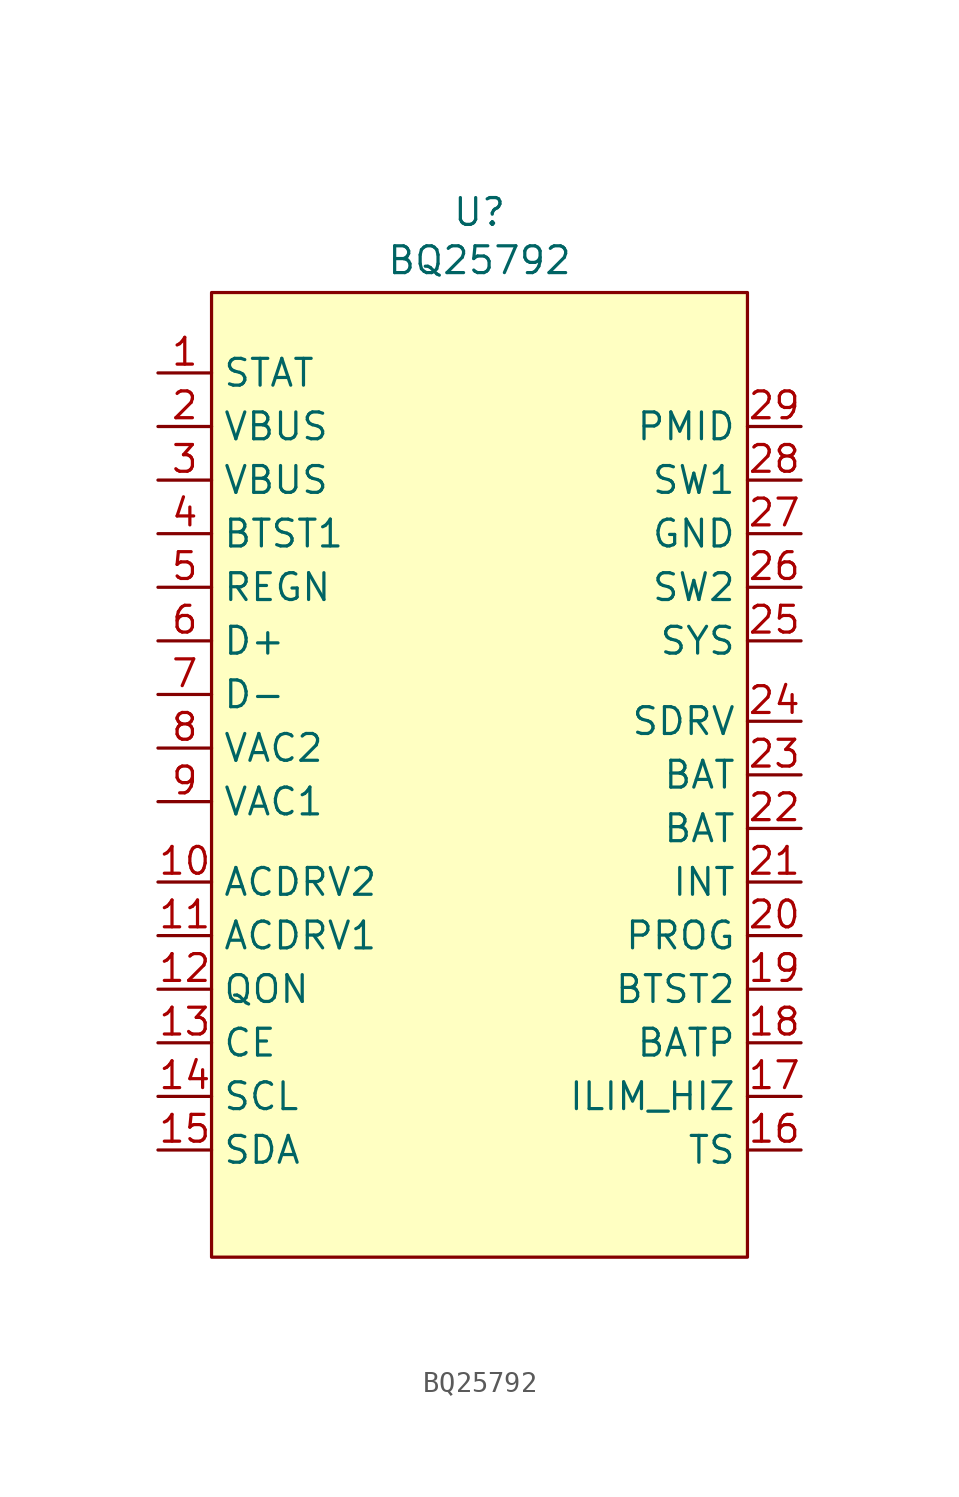
<source format=kicad_sym>
(kicad_symbol_lib
  (version 20241209)
  (generator "kicad_symbol_editor")
  (generator_version "9.0")
  (symbol "BQ25792"
    (property "Reference" "U"
      (at 0 26.67 0)
      (effects (font (size 1.27 1.27))))
    (property "Value" "BQ25792"
      (at 0 24.384 0)
      (effects (font (size 1.27 1.27))))
    (symbol "BQ25792_1_1"
      (rectangle (start -12.7 22.86) (end 12.7 -22.86) (stroke (width 0) (type solid)) (fill (type background)))
      (pin output line (at -15.24 19.05 0) (length 2.54) (name "STAT" (effects (font (size 1.27 1.27)))) (number "1" (effects (font (size 1.27 1.27)))))
      (pin input line (at -15.24 16.51 0) (length 2.54) (name "VBUS" (effects (font (size 1.27 1.27)))) (number "2" (effects (font (size 1.27 1.27)))))
      (pin input line (at -15.24 13.97 0) (length 2.54) (name "VBUS" (effects (font (size 1.27 1.27)))) (number "3" (effects (font (size 1.27 1.27)))))
      (pin input line (at -15.24 11.43 0) (length 2.54) (name "BTST1" (effects (font (size 1.27 1.27)))) (number "4" (effects (font (size 1.27 1.27)))))
      (pin input line (at -15.24 8.89 0) (length 2.54) (name "REGN" (effects (font (size 1.27 1.27)))) (number "5" (effects (font (size 1.27 1.27)))))
      (pin input line (at -15.24 6.35 0) (length 2.54) (name "D+" (effects (font (size 1.27 1.27)))) (number "6" (effects (font (size 1.27 1.27)))))
      (pin input line (at -15.24 3.81 0) (length 2.54) (name "D-" (effects (font (size 1.27 1.27)))) (number "7" (effects (font (size 1.27 1.27)))))
      (pin input line (at -15.24 1.27 0) (length 2.54) (name "VAC2" (effects (font (size 1.27 1.27)))) (number "8" (effects (font (size 1.27 1.27)))))
      (pin input line (at -15.24 -1.27 0) (length 2.54) (name "VAC1" (effects (font (size 1.27 1.27)))) (number "9" (effects (font (size 1.27 1.27)))))
      (pin input line (at -15.24 -5.08 0) (length 2.54) (name "ACDRV2" (effects (font (size 1.27 1.27)))) (number "10" (effects (font (size 1.27 1.27)))))
      (pin input line (at -15.24 -7.62 0) (length 2.54) (name "ACDRV1" (effects (font (size 1.27 1.27)))) (number "11" (effects (font (size 1.27 1.27)))))
      (pin input line (at -15.24 -10.16 0) (length 2.54) (name "QON" (effects (font (size 1.27 1.27)))) (number "12" (effects (font (size 1.27 1.27)))))
      (pin input line (at -15.24 -12.7 0) (length 2.54) (name "CE" (effects (font (size 1.27 1.27)))) (number "13" (effects (font (size 1.27 1.27)))))
      (pin input line (at -15.24 -15.24 0) (length 2.54) (name "SCL" (effects (font (size 1.27 1.27)))) (number "14" (effects (font (size 1.27 1.27)))))
      (pin input line (at -15.24 -17.78 0) (length 2.54) (name "SDA" (effects (font (size 1.27 1.27)))) (number "15" (effects (font (size 1.27 1.27)))))
      (pin input line (at 15.24 16.51 180) (length 2.54) (name "PMID" (effects (font (size 1.27 1.27)))) (number "29" (effects (font (size 1.27 1.27)))))
      (pin input line (at 15.24 13.97 180) (length 2.54) (name "SW1" (effects (font (size 1.27 1.27)))) (number "28" (effects (font (size 1.27 1.27)))))
      (pin input line (at 15.24 11.43 180) (length 2.54) (name "GND" (effects (font (size 1.27 1.27)))) (number "27" (effects (font (size 1.27 1.27)))))
      (pin input line (at 15.24 8.89 180) (length 2.54) (name "SW2" (effects (font (size 1.27 1.27)))) (number "26" (effects (font (size 1.27 1.27)))))
      (pin input line (at 15.24 6.35 180) (length 2.54) (name "SYS" (effects (font (size 1.27 1.27)))) (number "25" (effects (font (size 1.27 1.27)))))
      (pin input line (at 15.24 2.54 180) (length 2.54) (name "SDRV" (effects (font (size 1.27 1.27)))) (number "24" (effects (font (size 1.27 1.27)))))
      (pin input line (at 15.24 0 180) (length 2.54) (name "BAT" (effects (font (size 1.27 1.27)))) (number "23" (effects (font (size 1.27 1.27)))))
      (pin input line (at 15.24 -2.54 180) (length 2.54) (name "BAT" (effects (font (size 1.27 1.27)))) (number "22" (effects (font (size 1.27 1.27)))))
      (pin input line (at 15.24 -5.08 180) (length 2.54) (name "INT" (effects (font (size 1.27 1.27)))) (number "21" (effects (font (size 1.27 1.27)))))
      (pin input line (at 15.24 -7.62 180) (length 2.54) (name "PROG" (effects (font (size 1.27 1.27)))) (number "20" (effects (font (size 1.27 1.27)))))
      (pin input line (at 15.24 -10.16 180) (length 2.54) (name "BTST2" (effects (font (size 1.27 1.27)))) (number "19" (effects (font (size 1.27 1.27)))))
      (pin input line (at 15.24 -12.7 180) (length 2.54) (name "BATP" (effects (font (size 1.27 1.27)))) (number "18" (effects (font (size 1.27 1.27)))))
      (pin input line (at 15.24 -15.24 180) (length 2.54) (name "ILIM_HIZ" (effects (font (size 1.27 1.27)))) (number "17" (effects (font (size 1.27 1.27)))))
      (pin input line (at 15.24 -17.78 180) (length 2.54) (name "TS" (effects (font (size 1.27 1.27)))) (number "16" (effects (font (size 1.27 1.27))))))))
</source>
